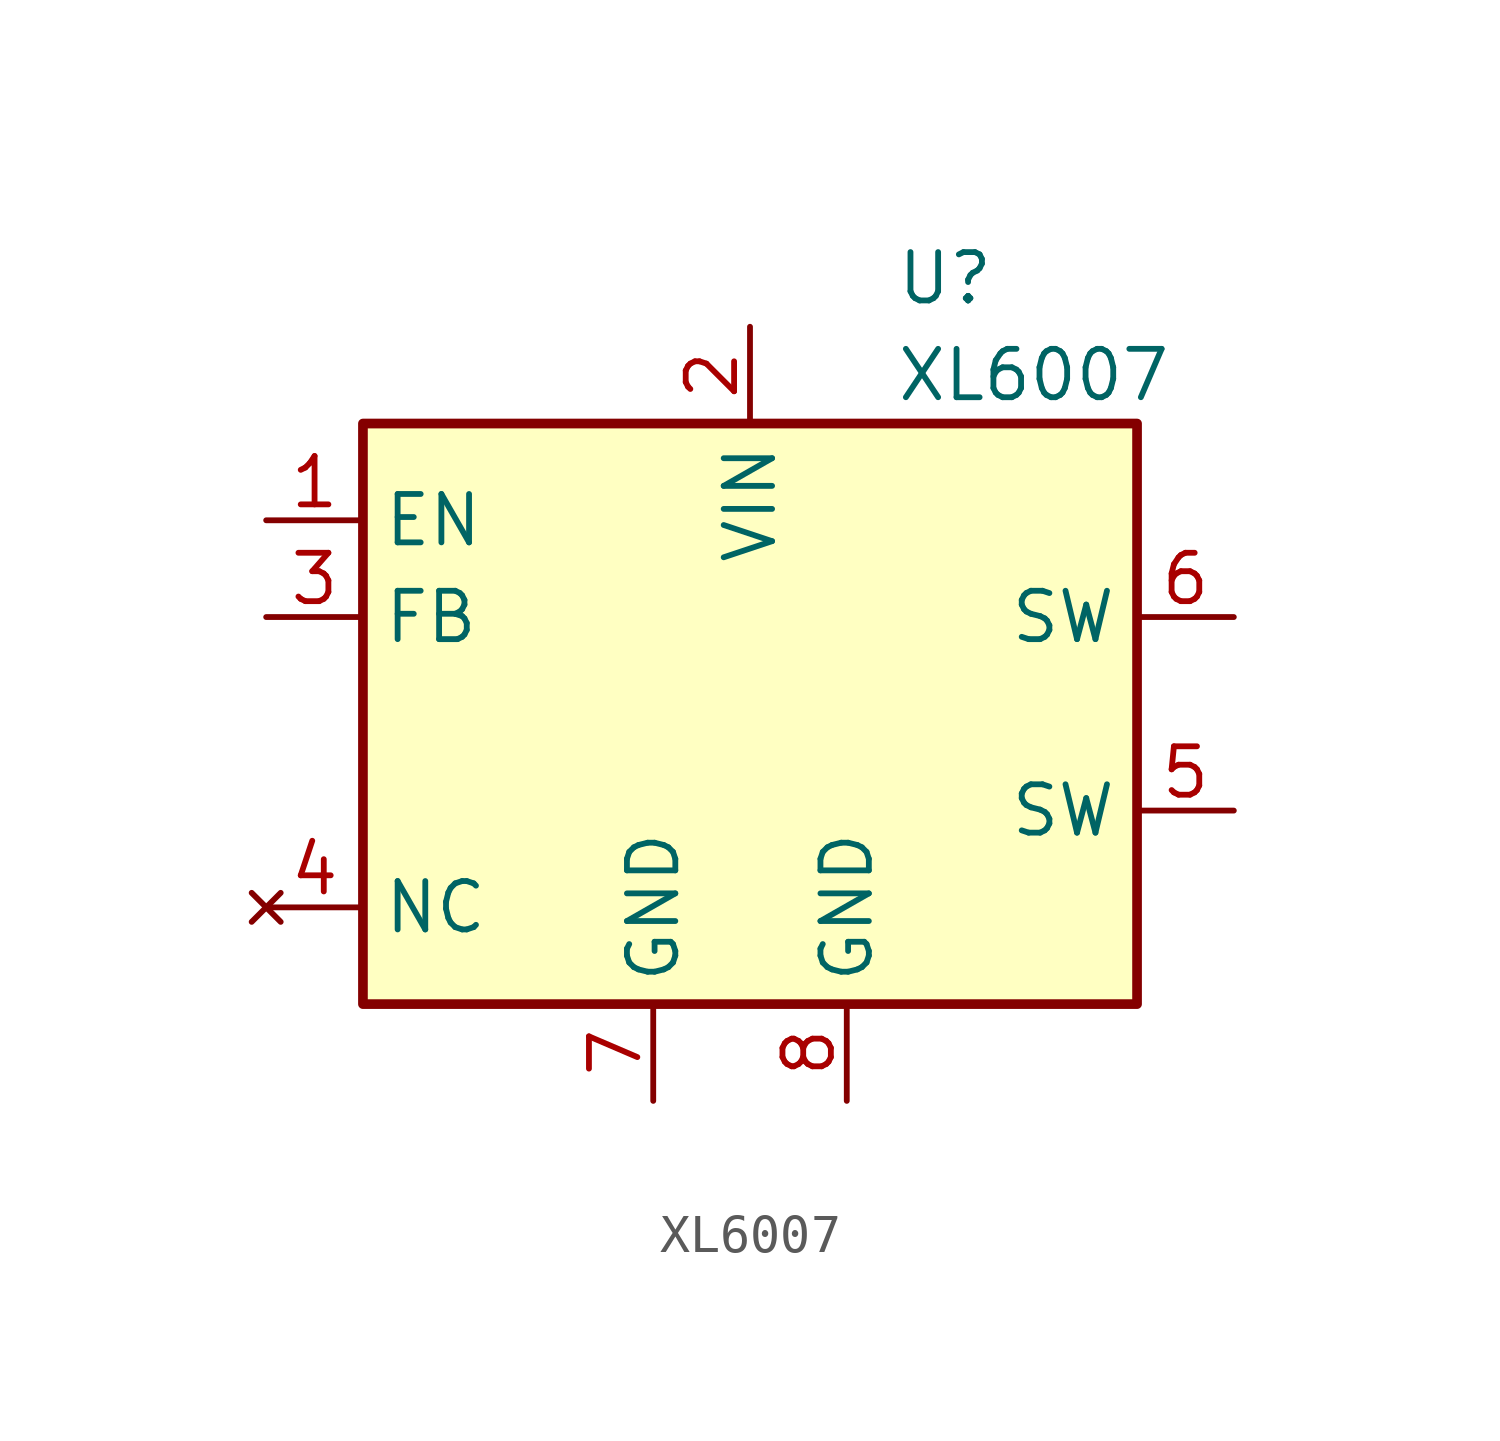
<source format=kicad_sym>
(kicad_symbol_lib
  (version 20211014)
  (generator kicad_symbol_editor)
  (symbol "XL6007"
    (property "Reference" "U"
      (at 3.81 11.43 0)
      (effects (font (size 1.27 1.27)) (justify left)))
    (property "Value" "XL6007"
      (at 3.81 8.89 0)
      (effects (font (size 1.27 1.27)) (justify left)))
    (symbol "XL6007_0_1"
      (rectangle (start -10.16 -7.62) (end 10.16 7.62) (stroke (width 0.254) (type default) (color 0 0 0 0)) (fill (type background))))
    (symbol "XL6007_1_1"
      (pin passive line (at -12.7 5.08 0) (length 2.54) (name "EN" (effects (font (size 1.27 1.27)))) (number "1" (effects (font (size 1.27 1.27)))))
      (pin power_in line (at 0 10.16 270) (length 2.54) (name "VIN" (effects (font (size 1.27 1.27)))) (number "2" (effects (font (size 1.27 1.27)))))
      (pin input line (at -12.7 2.54 0) (length 2.54) (name "FB" (effects (font (size 1.27 1.27)))) (number "3" (effects (font (size 1.27 1.27)))))
      (pin no_connect line (at -12.7 -5.08 0) (length 2.54) (name "NC" (effects (font (size 1.27 1.27)))) (number "4" (effects (font (size 1.27 1.27)))))
      (pin output line (at 12.7 -2.54 180) (length 2.54) (name "SW" (effects (font (size 1.27 1.27)))) (number "5" (effects (font (size 1.27 1.27)))))
      (pin output line (at 12.7 2.54 180) (length 2.54) (name "SW" (effects (font (size 1.27 1.27)))) (number "6" (effects (font (size 1.27 1.27)))))
      (pin power_in line (at -2.54 -10.16 90) (length 2.54) (name "GND" (effects (font (size 1.27 1.27)))) (number "7" (effects (font (size 1.27 1.27)))))
      (pin power_out line (at 2.54 -10.16 90) (length 2.54) (name "GND" (effects (font (size 1.27 1.27)))) (number "8" (effects (font (size 1.27 1.27))))))))
</source>
